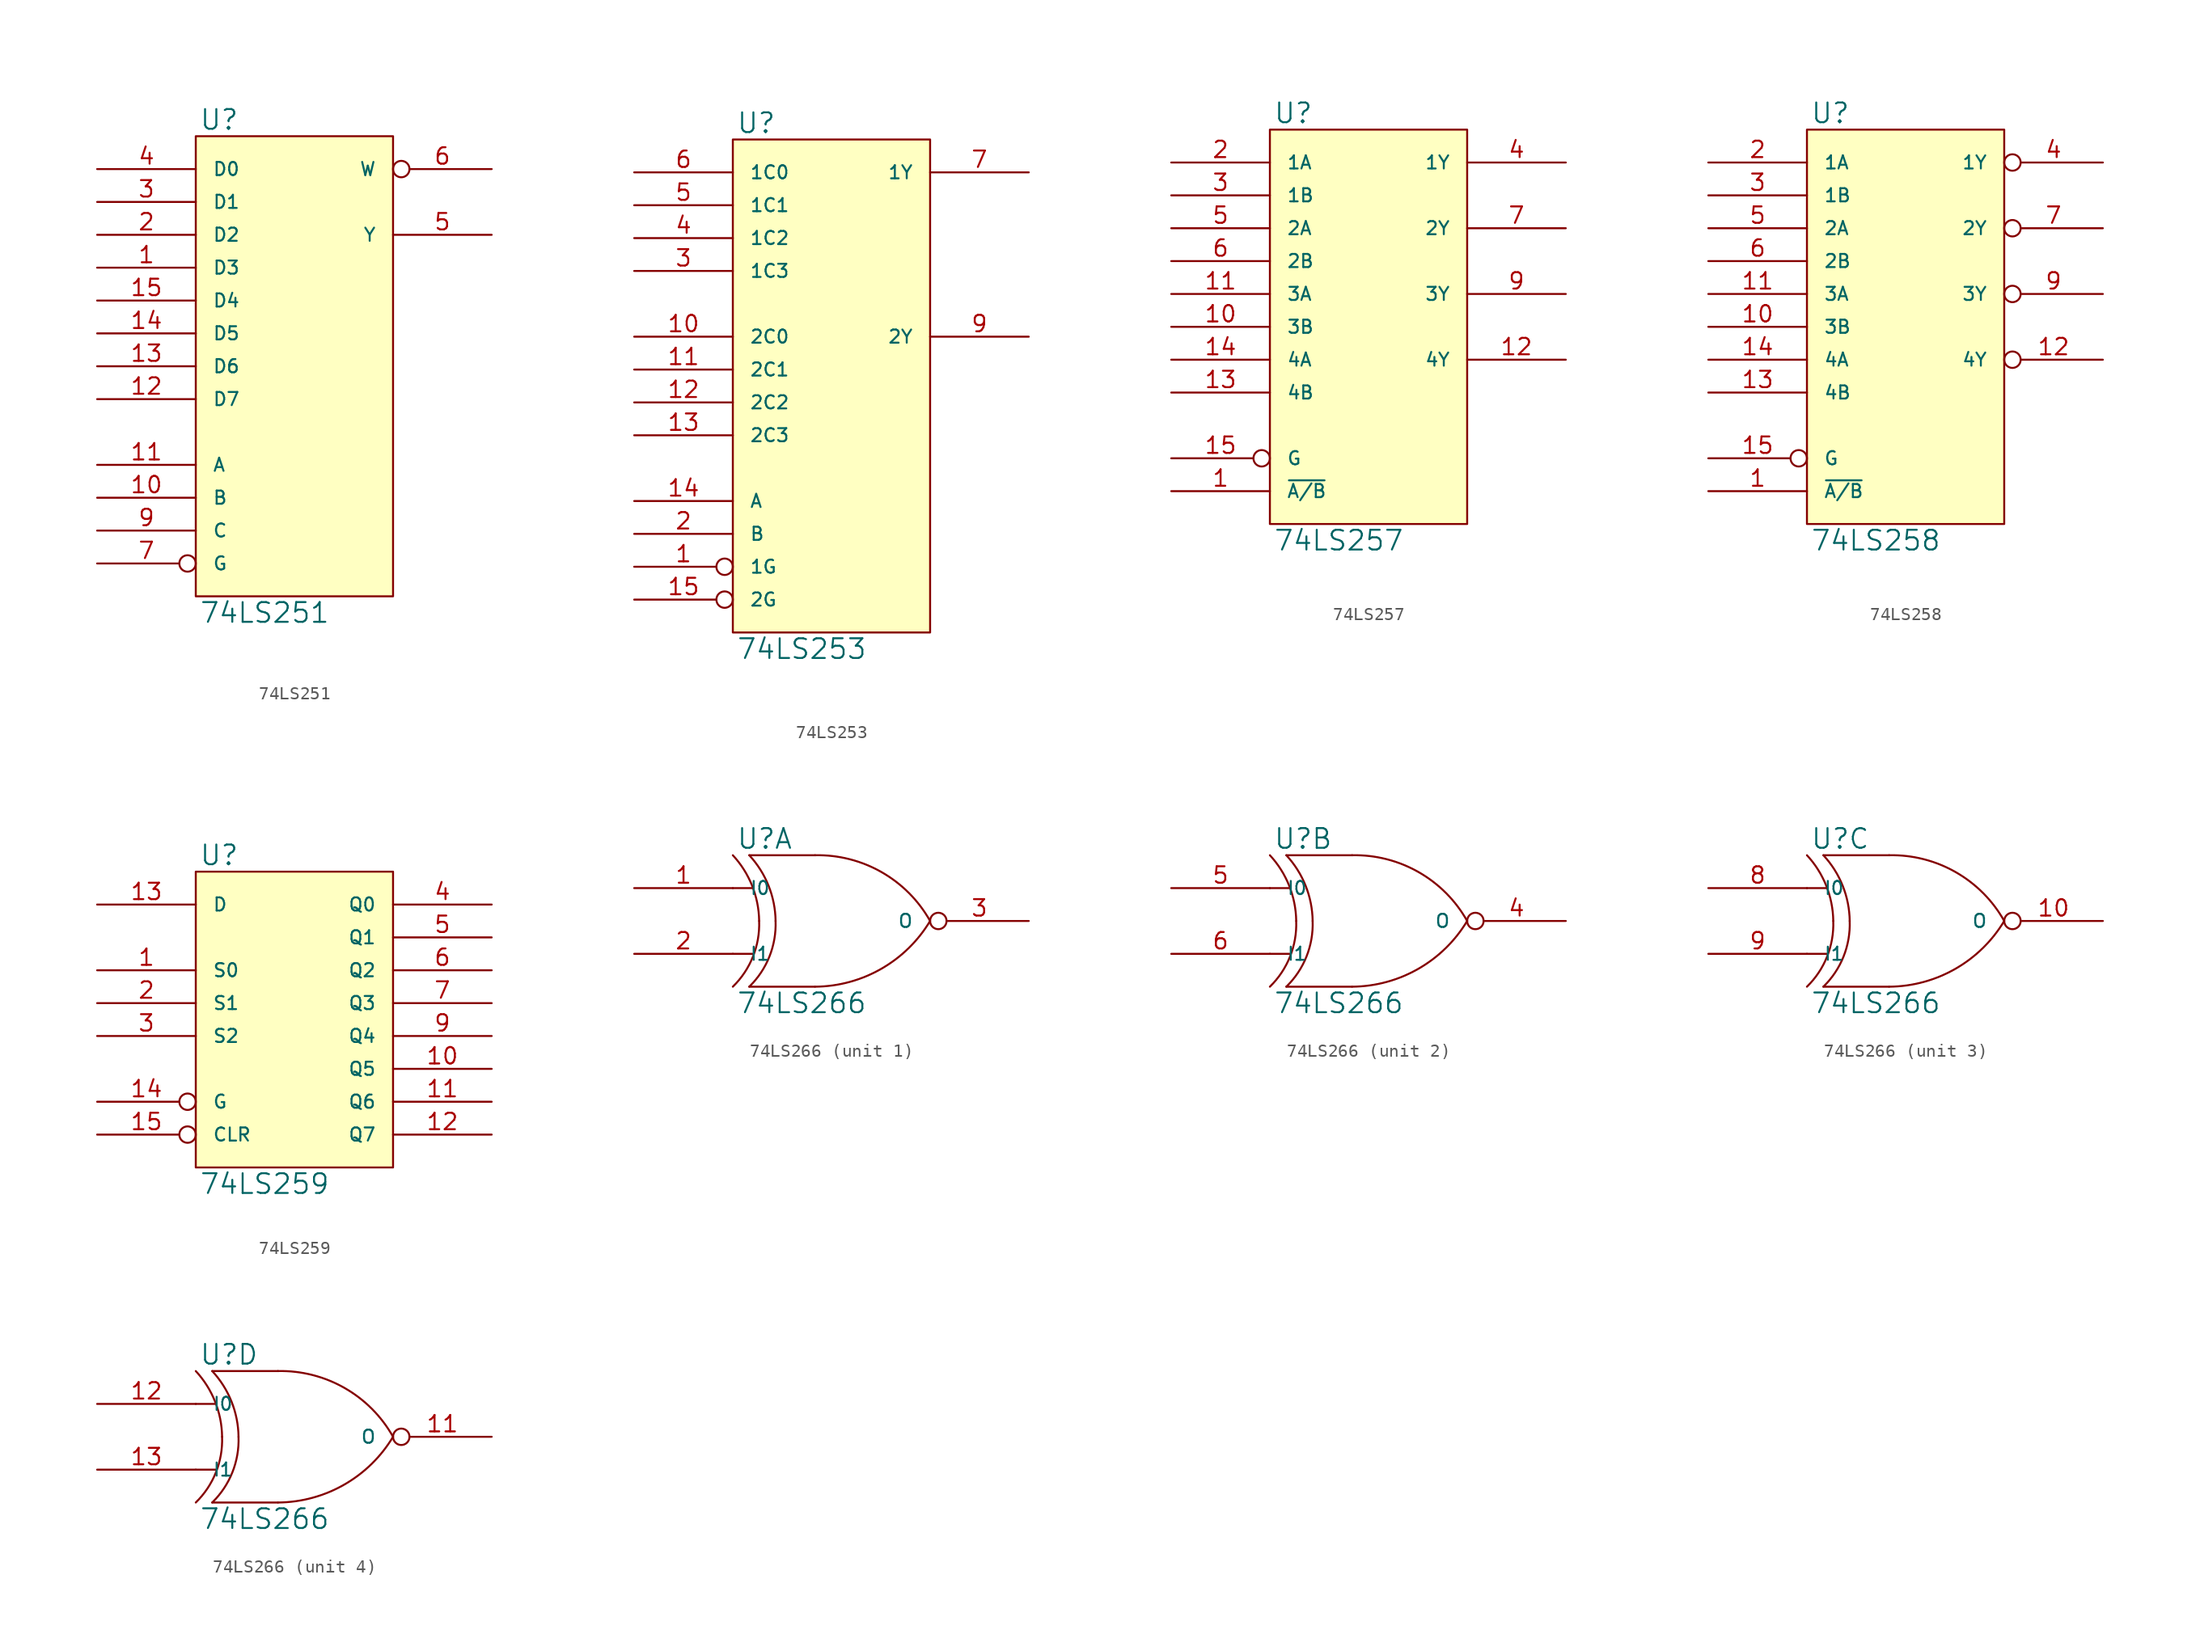
<source format=kicad_sym>
(kicad_symbol_lib
  (version 20231120)
  (generator "kicad_symbol_editor")
  (generator_version "8.0")
  (symbol "74LS251"
    (pin_names
      (offset 1.27))
    (property "Reference" "U"
      (at 0.254 0.381 0)
      (effects (font (size 1.524 1.524)) (justify left bottom)))
    (property "Value" "74LS251"
      (at 0.254 -35.941 0)
      (effects (font (size 1.524 1.524)) (justify left top)))
    (symbol "74LS251_0_1"
      (rectangle (start 0 0) (end 15.24 -35.56) (stroke (width 0) (type solid)) (fill (type background))))
    (symbol "74LS251_1_1"
      (pin input line (at -7.62 -10.16 0) (length 7.62) (name "D3" (effects (font (size 1.016 1.016)))) (number "1" (effects (font (size 1.27 1.27)))))
      (pin input line (at -7.62 -27.94 0) (length 7.62) (name "B" (effects (font (size 1.016 1.016)))) (number "10" (effects (font (size 1.27 1.27)))))
      (pin input line (at -7.62 -25.4 0) (length 7.62) (name "A" (effects (font (size 1.016 1.016)))) (number "11" (effects (font (size 1.27 1.27)))))
      (pin input line (at -7.62 -20.32 0) (length 7.62) (name "D7" (effects (font (size 1.016 1.016)))) (number "12" (effects (font (size 1.27 1.27)))))
      (pin input line (at -7.62 -17.78 0) (length 7.62) (name "D6" (effects (font (size 1.016 1.016)))) (number "13" (effects (font (size 1.27 1.27)))))
      (pin input line (at -7.62 -15.24 0) (length 7.62) (name "D5" (effects (font (size 1.016 1.016)))) (number "14" (effects (font (size 1.27 1.27)))))
      (pin input line (at -7.62 -12.7 0) (length 7.62) (name "D4" (effects (font (size 1.016 1.016)))) (number "15" (effects (font (size 1.27 1.27)))))
      (pin power_in line (at 0 0 270) (length 0) hide (name "VCC" (effects (font (size 1.016 1.016)))) (number "16" (effects (font (size 1.27 1.27)))))
      (pin input line (at -7.62 -7.62 0) (length 7.62) (name "D2" (effects (font (size 1.016 1.016)))) (number "2" (effects (font (size 1.27 1.27)))))
      (pin input line (at -7.62 -5.08 0) (length 7.62) (name "D1" (effects (font (size 1.016 1.016)))) (number "3" (effects (font (size 1.27 1.27)))))
      (pin input line (at -7.62 -2.54 0) (length 7.62) (name "D0" (effects (font (size 1.016 1.016)))) (number "4" (effects (font (size 1.27 1.27)))))
      (pin tri_state line (at 22.86 -7.62 180) (length 7.62) (name "Y" (effects (font (size 1.016 1.016)))) (number "5" (effects (font (size 1.27 1.27)))))
      (pin tri_state inverted (at 22.86 -2.54 180) (length 7.62) (name "W" (effects (font (size 1.016 1.016)))) (number "6" (effects (font (size 1.27 1.27)))))
      (pin input inverted (at -7.62 -33.02 0) (length 7.62) (name "G" (effects (font (size 1.016 1.016)))) (number "7" (effects (font (size 1.27 1.27)))))
      (pin power_in line (at 0 -35.56 90) (length 0) hide (name "GND" (effects (font (size 1.016 1.016)))) (number "8" (effects (font (size 1.27 1.27)))))
      (pin input line (at -7.62 -30.48 0) (length 7.62) (name "C" (effects (font (size 1.016 1.016)))) (number "9" (effects (font (size 1.27 1.27)))))))
  (symbol "74LS253"
    (pin_names
      (offset 1.27))
    (property "Reference" "U"
      (at 0.254 0.381 0)
      (effects (font (size 1.524 1.524)) (justify left bottom)))
    (property "Value" "74LS253"
      (at 0.254 -38.481 0)
      (effects (font (size 1.524 1.524)) (justify left top)))
    (symbol "74LS253_0_1"
      (rectangle (start 0 0) (end 15.24 -38.1) (stroke (width 0) (type solid)) (fill (type background))))
    (symbol "74LS253_1_1"
      (pin input inverted (at -7.62 -33.02 0) (length 7.62) (name "1G" (effects (font (size 1.016 1.016)))) (number "1" (effects (font (size 1.27 1.27)))))
      (pin input line (at -7.62 -15.24 0) (length 7.62) (name "2C0" (effects (font (size 1.016 1.016)))) (number "10" (effects (font (size 1.27 1.27)))))
      (pin input line (at -7.62 -17.78 0) (length 7.62) (name "2C1" (effects (font (size 1.016 1.016)))) (number "11" (effects (font (size 1.27 1.27)))))
      (pin input line (at -7.62 -20.32 0) (length 7.62) (name "2C2" (effects (font (size 1.016 1.016)))) (number "12" (effects (font (size 1.27 1.27)))))
      (pin input line (at -7.62 -22.86 0) (length 7.62) (name "2C3" (effects (font (size 1.016 1.016)))) (number "13" (effects (font (size 1.27 1.27)))))
      (pin input line (at -7.62 -27.94 0) (length 7.62) (name "A" (effects (font (size 1.016 1.016)))) (number "14" (effects (font (size 1.27 1.27)))))
      (pin input inverted (at -7.62 -35.56 0) (length 7.62) (name "2G" (effects (font (size 1.016 1.016)))) (number "15" (effects (font (size 1.27 1.27)))))
      (pin power_in line (at 0 0 270) (length 0) hide (name "VCC" (effects (font (size 1.016 1.016)))) (number "16" (effects (font (size 1.27 1.27)))))
      (pin input line (at -7.62 -30.48 0) (length 7.62) (name "B" (effects (font (size 1.016 1.016)))) (number "2" (effects (font (size 1.27 1.27)))))
      (pin input line (at -7.62 -10.16 0) (length 7.62) (name "1C3" (effects (font (size 1.016 1.016)))) (number "3" (effects (font (size 1.27 1.27)))))
      (pin input line (at -7.62 -7.62 0) (length 7.62) (name "1C2" (effects (font (size 1.016 1.016)))) (number "4" (effects (font (size 1.27 1.27)))))
      (pin input line (at -7.62 -5.08 0) (length 7.62) (name "1C1" (effects (font (size 1.016 1.016)))) (number "5" (effects (font (size 1.27 1.27)))))
      (pin input line (at -7.62 -2.54 0) (length 7.62) (name "1C0" (effects (font (size 1.016 1.016)))) (number "6" (effects (font (size 1.27 1.27)))))
      (pin tri_state line (at 22.86 -2.54 180) (length 7.62) (name "1Y" (effects (font (size 1.016 1.016)))) (number "7" (effects (font (size 1.27 1.27)))))
      (pin power_in line (at 0 -38.1 90) (length 0) hide (name "GND" (effects (font (size 1.016 1.016)))) (number "8" (effects (font (size 1.27 1.27)))))
      (pin tri_state line (at 22.86 -15.24 180) (length 7.62) (name "2Y" (effects (font (size 1.016 1.016)))) (number "9" (effects (font (size 1.27 1.27)))))))
  (symbol "74LS257"
    (pin_names
      (offset 1.27))
    (property "Reference" "U"
      (at 0.254 0.381 0)
      (effects (font (size 1.524 1.524)) (justify left bottom)))
    (property "Value" "74LS257"
      (at 0.254 -30.861 0)
      (effects (font (size 1.524 1.524)) (justify left top)))
    (symbol "74LS257_0_1"
      (rectangle (start 0 0) (end 15.24 -30.48) (stroke (width 0) (type solid)) (fill (type background))))
    (symbol "74LS257_1_1"
      (pin input line (at -7.62 -27.94 0) (length 7.62) (name "~{A/B}" (effects (font (size 1.016 1.016)))) (number "1" (effects (font (size 1.27 1.27)))))
      (pin input line (at -7.62 -15.24 0) (length 7.62) (name "3B" (effects (font (size 1.016 1.016)))) (number "10" (effects (font (size 1.27 1.27)))))
      (pin input line (at -7.62 -12.7 0) (length 7.62) (name "3A" (effects (font (size 1.016 1.016)))) (number "11" (effects (font (size 1.27 1.27)))))
      (pin tri_state line (at 22.86 -17.78 180) (length 7.62) (name "4Y" (effects (font (size 1.016 1.016)))) (number "12" (effects (font (size 1.27 1.27)))))
      (pin input line (at -7.62 -20.32 0) (length 7.62) (name "4B" (effects (font (size 1.016 1.016)))) (number "13" (effects (font (size 1.27 1.27)))))
      (pin input line (at -7.62 -17.78 0) (length 7.62) (name "4A" (effects (font (size 1.016 1.016)))) (number "14" (effects (font (size 1.27 1.27)))))
      (pin input inverted (at -7.62 -25.4 0) (length 7.62) (name "G" (effects (font (size 1.016 1.016)))) (number "15" (effects (font (size 1.27 1.27)))))
      (pin power_in line (at 0 0 270) (length 0) hide (name "VCC" (effects (font (size 1.016 1.016)))) (number "16" (effects (font (size 1.27 1.27)))))
      (pin input line (at -7.62 -2.54 0) (length 7.62) (name "1A" (effects (font (size 1.016 1.016)))) (number "2" (effects (font (size 1.27 1.27)))))
      (pin input line (at -7.62 -5.08 0) (length 7.62) (name "1B" (effects (font (size 1.016 1.016)))) (number "3" (effects (font (size 1.27 1.27)))))
      (pin tri_state line (at 22.86 -2.54 180) (length 7.62) (name "1Y" (effects (font (size 1.016 1.016)))) (number "4" (effects (font (size 1.27 1.27)))))
      (pin input line (at -7.62 -7.62 0) (length 7.62) (name "2A" (effects (font (size 1.016 1.016)))) (number "5" (effects (font (size 1.27 1.27)))))
      (pin input line (at -7.62 -10.16 0) (length 7.62) (name "2B" (effects (font (size 1.016 1.016)))) (number "6" (effects (font (size 1.27 1.27)))))
      (pin tri_state line (at 22.86 -7.62 180) (length 7.62) (name "2Y" (effects (font (size 1.016 1.016)))) (number "7" (effects (font (size 1.27 1.27)))))
      (pin power_in line (at 0 -30.48 90) (length 0) hide (name "GND" (effects (font (size 1.016 1.016)))) (number "8" (effects (font (size 1.27 1.27)))))
      (pin tri_state line (at 22.86 -12.7 180) (length 7.62) (name "3Y" (effects (font (size 1.016 1.016)))) (number "9" (effects (font (size 1.27 1.27)))))))
  (symbol "74LS258"
    (pin_names
      (offset 1.27))
    (property "Reference" "U"
      (at 0.254 0.381 0)
      (effects (font (size 1.524 1.524)) (justify left bottom)))
    (property "Value" "74LS258"
      (at 0.254 -30.861 0)
      (effects (font (size 1.524 1.524)) (justify left top)))
    (symbol "74LS258_0_1"
      (rectangle (start 0 0) (end 15.24 -30.48) (stroke (width 0) (type solid)) (fill (type background))))
    (symbol "74LS258_1_1"
      (pin input line (at -7.62 -27.94 0) (length 7.62) (name "~{A/B}" (effects (font (size 1.016 1.016)))) (number "1" (effects (font (size 1.27 1.27)))))
      (pin input line (at -7.62 -15.24 0) (length 7.62) (name "3B" (effects (font (size 1.016 1.016)))) (number "10" (effects (font (size 1.27 1.27)))))
      (pin input line (at -7.62 -12.7 0) (length 7.62) (name "3A" (effects (font (size 1.016 1.016)))) (number "11" (effects (font (size 1.27 1.27)))))
      (pin tri_state inverted (at 22.86 -17.78 180) (length 7.62) (name "4Y" (effects (font (size 1.016 1.016)))) (number "12" (effects (font (size 1.27 1.27)))))
      (pin input line (at -7.62 -20.32 0) (length 7.62) (name "4B" (effects (font (size 1.016 1.016)))) (number "13" (effects (font (size 1.27 1.27)))))
      (pin input line (at -7.62 -17.78 0) (length 7.62) (name "4A" (effects (font (size 1.016 1.016)))) (number "14" (effects (font (size 1.27 1.27)))))
      (pin input inverted (at -7.62 -25.4 0) (length 7.62) (name "G" (effects (font (size 1.016 1.016)))) (number "15" (effects (font (size 1.27 1.27)))))
      (pin power_in line (at 0 0 270) (length 0) hide (name "VCC" (effects (font (size 1.016 1.016)))) (number "16" (effects (font (size 1.27 1.27)))))
      (pin input line (at -7.62 -2.54 0) (length 7.62) (name "1A" (effects (font (size 1.016 1.016)))) (number "2" (effects (font (size 1.27 1.27)))))
      (pin input line (at -7.62 -5.08 0) (length 7.62) (name "1B" (effects (font (size 1.016 1.016)))) (number "3" (effects (font (size 1.27 1.27)))))
      (pin tri_state inverted (at 22.86 -2.54 180) (length 7.62) (name "1Y" (effects (font (size 1.016 1.016)))) (number "4" (effects (font (size 1.27 1.27)))))
      (pin input line (at -7.62 -7.62 0) (length 7.62) (name "2A" (effects (font (size 1.016 1.016)))) (number "5" (effects (font (size 1.27 1.27)))))
      (pin input line (at -7.62 -10.16 0) (length 7.62) (name "2B" (effects (font (size 1.016 1.016)))) (number "6" (effects (font (size 1.27 1.27)))))
      (pin tri_state inverted (at 22.86 -7.62 180) (length 7.62) (name "2Y" (effects (font (size 1.016 1.016)))) (number "7" (effects (font (size 1.27 1.27)))))
      (pin power_in line (at 0 -30.48 90) (length 0) hide (name "GND" (effects (font (size 1.016 1.016)))) (number "8" (effects (font (size 1.27 1.27)))))
      (pin tri_state inverted (at 22.86 -12.7 180) (length 7.62) (name "3Y" (effects (font (size 1.016 1.016)))) (number "9" (effects (font (size 1.27 1.27)))))))
  (symbol "74LS259"
    (pin_names
      (offset 1.27))
    (property "Reference" "U"
      (at 0.254 0.381 0)
      (effects (font (size 1.524 1.524)) (justify left bottom)))
    (property "Value" "74LS259"
      (at 0.254 -23.241 0)
      (effects (font (size 1.524 1.524)) (justify left top)))
    (symbol "74LS259_0_1"
      (rectangle (start 0 0) (end 15.24 -22.86) (stroke (width 0) (type solid)) (fill (type background))))
    (symbol "74LS259_1_1"
      (pin input line (at -7.62 -7.62 0) (length 7.62) (name "S0" (effects (font (size 1.016 1.016)))) (number "1" (effects (font (size 1.27 1.27)))))
      (pin output line (at 22.86 -15.24 180) (length 7.62) (name "Q5" (effects (font (size 1.016 1.016)))) (number "10" (effects (font (size 1.27 1.27)))))
      (pin output line (at 22.86 -17.78 180) (length 7.62) (name "Q6" (effects (font (size 1.016 1.016)))) (number "11" (effects (font (size 1.27 1.27)))))
      (pin output line (at 22.86 -20.32 180) (length 7.62) (name "Q7" (effects (font (size 1.016 1.016)))) (number "12" (effects (font (size 1.27 1.27)))))
      (pin input line (at -7.62 -2.54 0) (length 7.62) (name "D" (effects (font (size 1.016 1.016)))) (number "13" (effects (font (size 1.27 1.27)))))
      (pin input inverted (at -7.62 -17.78 0) (length 7.62) (name "G" (effects (font (size 1.016 1.016)))) (number "14" (effects (font (size 1.27 1.27)))))
      (pin input inverted (at -7.62 -20.32 0) (length 7.62) (name "CLR" (effects (font (size 1.016 1.016)))) (number "15" (effects (font (size 1.27 1.27)))))
      (pin power_in line (at 0 0 270) (length 0) hide (name "VCC" (effects (font (size 1.016 1.016)))) (number "16" (effects (font (size 1.27 1.27)))))
      (pin input line (at -7.62 -10.16 0) (length 7.62) (name "S1" (effects (font (size 1.016 1.016)))) (number "2" (effects (font (size 1.27 1.27)))))
      (pin input line (at -7.62 -12.7 0) (length 7.62) (name "S2" (effects (font (size 1.016 1.016)))) (number "3" (effects (font (size 1.27 1.27)))))
      (pin output line (at 22.86 -2.54 180) (length 7.62) (name "Q0" (effects (font (size 1.016 1.016)))) (number "4" (effects (font (size 1.27 1.27)))))
      (pin output line (at 22.86 -5.08 180) (length 7.62) (name "Q1" (effects (font (size 1.016 1.016)))) (number "5" (effects (font (size 1.27 1.27)))))
      (pin output line (at 22.86 -7.62 180) (length 7.62) (name "Q2" (effects (font (size 1.016 1.016)))) (number "6" (effects (font (size 1.27 1.27)))))
      (pin output line (at 22.86 -10.16 180) (length 7.62) (name "Q3" (effects (font (size 1.016 1.016)))) (number "7" (effects (font (size 1.27 1.27)))))
      (pin power_in line (at 0 -22.86 90) (length 0) hide (name "GND" (effects (font (size 1.016 1.016)))) (number "8" (effects (font (size 1.27 1.27)))))
      (pin output line (at 22.86 -12.7 180) (length 7.62) (name "Q4" (effects (font (size 1.016 1.016)))) (number "9" (effects (font (size 1.27 1.27)))))))
  (symbol "74LS266"
    (pin_names
      (offset 1.27))
    (property "Reference" "U"
      (at 0.254 0.381 0)
      (effects (font (size 1.524 1.524)) (justify left bottom)))
    (property "Value" "74LS266"
      (at 0.254 -10.541 0)
      (effects (font (size 1.524 1.524)) (justify left top)))
    (symbol "74LS266_0_1"
      (arc (start 0 -10.16) (mid 1.5573 -7.8293) (end 2.032 -5.08) (stroke (width 0) (type solid)) (fill (type none)))
      (polyline (pts (xy 0 -7.62) (xy 1.524 -7.62)) (stroke (width 0) (type solid)) (fill (type none)))
      (polyline (pts (xy 0 -2.54) (xy 1.524 -2.54)) (stroke (width 0) (type solid)) (fill (type none)))
      (polyline (pts (xy 6.35 -10.16) (xy 1.27 -10.16)) (stroke (width 0) (type solid)) (fill (type none)))
      (polyline (pts (xy 6.35 0) (xy 1.27 0)) (stroke (width 0) (type solid)) (fill (type none)))
      (arc (start 1.27 -10.16) (mid 2.8273 -7.8293) (end 3.302 -5.08) (stroke (width 0) (type solid)) (fill (type none)))
      (arc (start 2.032 -5.08) (mid 1.4906 -2.3584) (end 0 0) (stroke (width 0) (type solid)) (fill (type none)))
      (arc (start 3.302 -5.08) (mid 2.7606 -2.3584) (end 1.27 0) (stroke (width 0) (type solid)) (fill (type none)))
      (arc (start 6.35 -10.16) (mid 11.4496 -8.7875) (end 15.24 -5.08) (stroke (width 0) (type solid)) (fill (type none)))
      (arc (start 15.24 -5.08) (mid 11.4893 -1.3041) (end 6.35 0) (stroke (width 0) (type solid)) (fill (type none))))
    (symbol "74LS266_1_1"
      (pin input line (at -7.62 -2.54 0) (length 7.62) (name "I0" (effects (font (size 1.016 1.016)))) (number "1" (effects (font (size 1.27 1.27)))))
      (pin power_in line (at 0 0 270) (length 0) hide (name "VCC" (effects (font (size 1.016 1.016)))) (number "14" (effects (font (size 1.27 1.27)))))
      (pin input line (at -7.62 -7.62 0) (length 7.62) (name "I1" (effects (font (size 1.016 1.016)))) (number "2" (effects (font (size 1.27 1.27)))))
      (pin open_collector inverted (at 22.86 -5.08 180) (length 7.62) (name "O" (effects (font (size 1.016 1.016)))) (number "3" (effects (font (size 1.27 1.27)))))
      (pin power_in line (at 0 -10.16 90) (length 0) hide (name "GND" (effects (font (size 1.016 1.016)))) (number "7" (effects (font (size 1.27 1.27))))))
    (symbol "74LS266_2_1"
      (pin power_in line (at 0 0 270) (length 0) hide (name "VCC" (effects (font (size 1.016 1.016)))) (number "14" (effects (font (size 1.27 1.27)))))
      (pin open_collector inverted (at 22.86 -5.08 180) (length 7.62) (name "O" (effects (font (size 1.016 1.016)))) (number "4" (effects (font (size 1.27 1.27)))))
      (pin input line (at -7.62 -2.54 0) (length 7.62) (name "I0" (effects (font (size 1.016 1.016)))) (number "5" (effects (font (size 1.27 1.27)))))
      (pin input line (at -7.62 -7.62 0) (length 7.62) (name "I1" (effects (font (size 1.016 1.016)))) (number "6" (effects (font (size 1.27 1.27)))))
      (pin power_in line (at 0 -10.16 90) (length 0) hide (name "GND" (effects (font (size 1.016 1.016)))) (number "7" (effects (font (size 1.27 1.27))))))
    (symbol "74LS266_3_1"
      (pin open_collector inverted (at 22.86 -5.08 180) (length 7.62) (name "O" (effects (font (size 1.016 1.016)))) (number "10" (effects (font (size 1.27 1.27)))))
      (pin power_in line (at 0 0 270) (length 0) hide (name "VCC" (effects (font (size 1.016 1.016)))) (number "14" (effects (font (size 1.27 1.27)))))
      (pin power_in line (at 0 -10.16 90) (length 0) hide (name "GND" (effects (font (size 1.016 1.016)))) (number "7" (effects (font (size 1.27 1.27)))))
      (pin input line (at -7.62 -2.54 0) (length 7.62) (name "I0" (effects (font (size 1.016 1.016)))) (number "8" (effects (font (size 1.27 1.27)))))
      (pin input line (at -7.62 -7.62 0) (length 7.62) (name "I1" (effects (font (size 1.016 1.016)))) (number "9" (effects (font (size 1.27 1.27))))))
    (symbol "74LS266_4_1"
      (pin open_collector inverted (at 22.86 -5.08 180) (length 7.62) (name "O" (effects (font (size 1.016 1.016)))) (number "11" (effects (font (size 1.27 1.27)))))
      (pin input line (at -7.62 -2.54 0) (length 7.62) (name "I0" (effects (font (size 1.016 1.016)))) (number "12" (effects (font (size 1.27 1.27)))))
      (pin input line (at -7.62 -7.62 0) (length 7.62) (name "I1" (effects (font (size 1.016 1.016)))) (number "13" (effects (font (size 1.27 1.27)))))
      (pin power_in line (at 0 0 270) (length 0) hide (name "VCC" (effects (font (size 1.016 1.016)))) (number "14" (effects (font (size 1.27 1.27)))))
      (pin power_in line (at 0 -10.16 90) (length 0) hide (name "GND" (effects (font (size 1.016 1.016)))) (number "7" (effects (font (size 1.27 1.27))))))))
</source>
